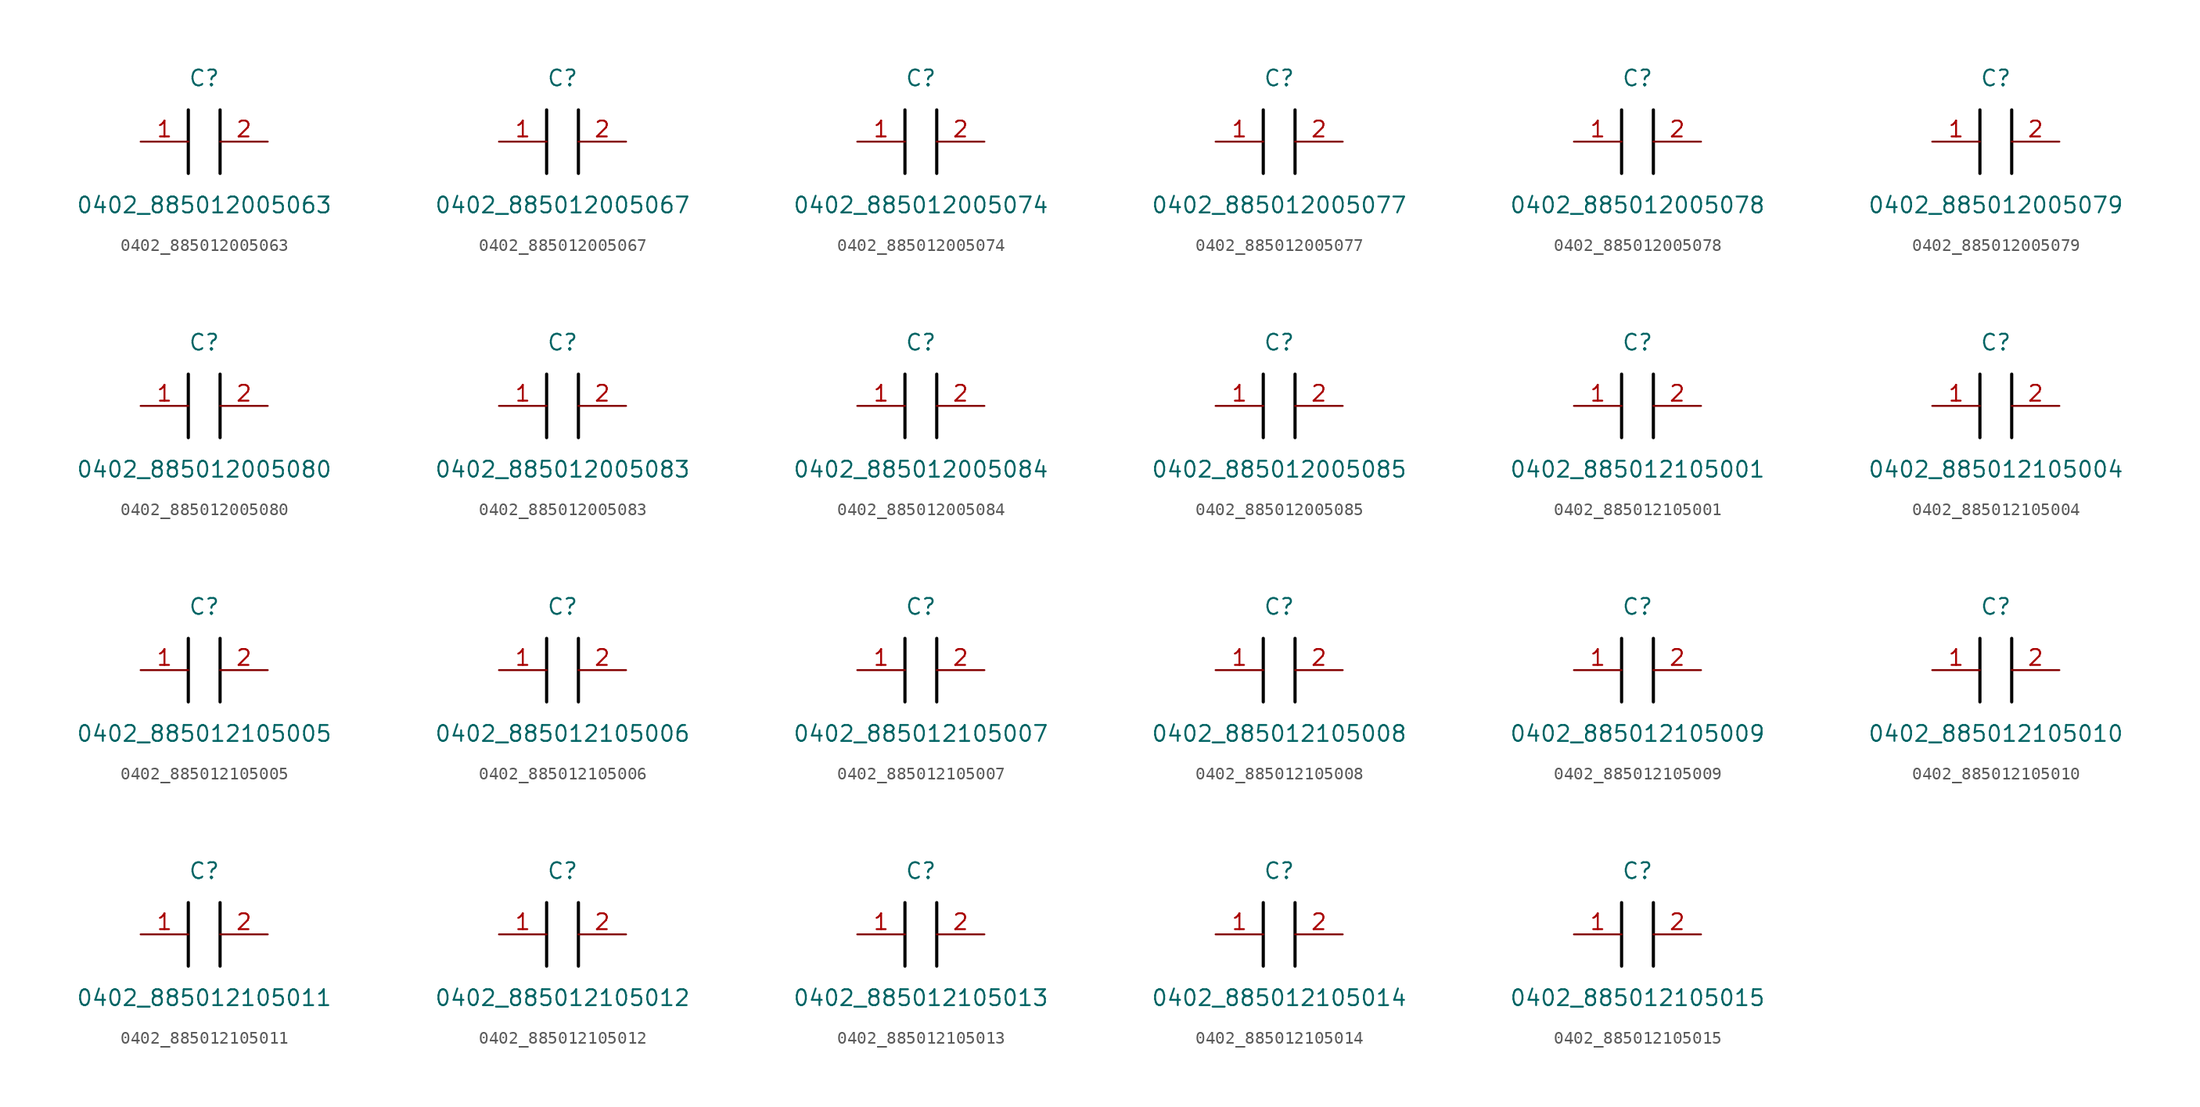
<source format=kicad_sym>
(kicad_symbol_lib
  (version 20220914)
  (generator kicad_symbol_editor)
  (symbol "0402_885012005063"
    (pin_names hide)
    (property "Reference" "C"
      (at 0 5.08 0)
      (effects (font (size 1.27 1.27))))
    (property "Value" "0402_885012005063"
      (at 0 -5.08 0)
      (effects (font (size 1.27 1.27))))
    (symbol "0402_885012005063_1_1"
      (polyline (pts (xy -1.27 2.54) (xy -1.27 -2.54)) (stroke (width 0.254) (type default) (color 0 0 0 1)) (fill (type none)))
      (polyline (pts (xy 1.27 2.54) (xy 1.27 -2.54)) (stroke (width 0.254) (type default) (color 0 0 0 1)) (fill (type none)))
      (pin passive line (at -5.08 0 0) (length 3.81) (name "1" (effects (font (size 1.27 1.27)))) (number "1" (effects (font (size 1.27 1.27)))))
      (pin passive line (at 5.08 0 180) (length 3.81) (name "2" (effects (font (size 1.27 1.27)))) (number "2" (effects (font (size 1.27 1.27)))))))
  (symbol "0402_885012005067"
    (pin_names hide)
    (property "Reference" "C"
      (at 0 5.08 0)
      (effects (font (size 1.27 1.27))))
    (property "Value" "0402_885012005067"
      (at 0 -5.08 0)
      (effects (font (size 1.27 1.27))))
    (symbol "0402_885012005067_1_1"
      (polyline (pts (xy -1.27 2.54) (xy -1.27 -2.54)) (stroke (width 0.254) (type default) (color 0 0 0 1)) (fill (type none)))
      (polyline (pts (xy 1.27 2.54) (xy 1.27 -2.54)) (stroke (width 0.254) (type default) (color 0 0 0 1)) (fill (type none)))
      (pin passive line (at -5.08 0 0) (length 3.81) (name "1" (effects (font (size 1.27 1.27)))) (number "1" (effects (font (size 1.27 1.27)))))
      (pin passive line (at 5.08 0 180) (length 3.81) (name "2" (effects (font (size 1.27 1.27)))) (number "2" (effects (font (size 1.27 1.27)))))))
  (symbol "0402_885012005074"
    (pin_names hide)
    (property "Reference" "C"
      (at 0 5.08 0)
      (effects (font (size 1.27 1.27))))
    (property "Value" "0402_885012005074"
      (at 0 -5.08 0)
      (effects (font (size 1.27 1.27))))
    (symbol "0402_885012005074_1_1"
      (polyline (pts (xy -1.27 2.54) (xy -1.27 -2.54)) (stroke (width 0.254) (type default) (color 0 0 0 1)) (fill (type none)))
      (polyline (pts (xy 1.27 2.54) (xy 1.27 -2.54)) (stroke (width 0.254) (type default) (color 0 0 0 1)) (fill (type none)))
      (pin passive line (at -5.08 0 0) (length 3.81) (name "1" (effects (font (size 1.27 1.27)))) (number "1" (effects (font (size 1.27 1.27)))))
      (pin passive line (at 5.08 0 180) (length 3.81) (name "2" (effects (font (size 1.27 1.27)))) (number "2" (effects (font (size 1.27 1.27)))))))
  (symbol "0402_885012005077"
    (pin_names hide)
    (property "Reference" "C"
      (at 0 5.08 0)
      (effects (font (size 1.27 1.27))))
    (property "Value" "0402_885012005077"
      (at 0 -5.08 0)
      (effects (font (size 1.27 1.27))))
    (symbol "0402_885012005077_1_1"
      (polyline (pts (xy -1.27 2.54) (xy -1.27 -2.54)) (stroke (width 0.254) (type default) (color 0 0 0 1)) (fill (type none)))
      (polyline (pts (xy 1.27 2.54) (xy 1.27 -2.54)) (stroke (width 0.254) (type default) (color 0 0 0 1)) (fill (type none)))
      (pin passive line (at -5.08 0 0) (length 3.81) (name "1" (effects (font (size 1.27 1.27)))) (number "1" (effects (font (size 1.27 1.27)))))
      (pin passive line (at 5.08 0 180) (length 3.81) (name "2" (effects (font (size 1.27 1.27)))) (number "2" (effects (font (size 1.27 1.27)))))))
  (symbol "0402_885012005078"
    (pin_names hide)
    (property "Reference" "C"
      (at 0 5.08 0)
      (effects (font (size 1.27 1.27))))
    (property "Value" "0402_885012005078"
      (at 0 -5.08 0)
      (effects (font (size 1.27 1.27))))
    (symbol "0402_885012005078_1_1"
      (polyline (pts (xy -1.27 2.54) (xy -1.27 -2.54)) (stroke (width 0.254) (type default) (color 0 0 0 1)) (fill (type none)))
      (polyline (pts (xy 1.27 2.54) (xy 1.27 -2.54)) (stroke (width 0.254) (type default) (color 0 0 0 1)) (fill (type none)))
      (pin passive line (at -5.08 0 0) (length 3.81) (name "1" (effects (font (size 1.27 1.27)))) (number "1" (effects (font (size 1.27 1.27)))))
      (pin passive line (at 5.08 0 180) (length 3.81) (name "2" (effects (font (size 1.27 1.27)))) (number "2" (effects (font (size 1.27 1.27)))))))
  (symbol "0402_885012005079"
    (pin_names hide)
    (property "Reference" "C"
      (at 0 5.08 0)
      (effects (font (size 1.27 1.27))))
    (property "Value" "0402_885012005079"
      (at 0 -5.08 0)
      (effects (font (size 1.27 1.27))))
    (symbol "0402_885012005079_1_1"
      (polyline (pts (xy -1.27 2.54) (xy -1.27 -2.54)) (stroke (width 0.254) (type default) (color 0 0 0 1)) (fill (type none)))
      (polyline (pts (xy 1.27 2.54) (xy 1.27 -2.54)) (stroke (width 0.254) (type default) (color 0 0 0 1)) (fill (type none)))
      (pin passive line (at -5.08 0 0) (length 3.81) (name "1" (effects (font (size 1.27 1.27)))) (number "1" (effects (font (size 1.27 1.27)))))
      (pin passive line (at 5.08 0 180) (length 3.81) (name "2" (effects (font (size 1.27 1.27)))) (number "2" (effects (font (size 1.27 1.27)))))))
  (symbol "0402_885012005080"
    (pin_names hide)
    (property "Reference" "C"
      (at 0 5.08 0)
      (effects (font (size 1.27 1.27))))
    (property "Value" "0402_885012005080"
      (at 0 -5.08 0)
      (effects (font (size 1.27 1.27))))
    (symbol "0402_885012005080_1_1"
      (polyline (pts (xy -1.27 2.54) (xy -1.27 -2.54)) (stroke (width 0.254) (type default) (color 0 0 0 1)) (fill (type none)))
      (polyline (pts (xy 1.27 2.54) (xy 1.27 -2.54)) (stroke (width 0.254) (type default) (color 0 0 0 1)) (fill (type none)))
      (pin passive line (at -5.08 0 0) (length 3.81) (name "1" (effects (font (size 1.27 1.27)))) (number "1" (effects (font (size 1.27 1.27)))))
      (pin passive line (at 5.08 0 180) (length 3.81) (name "2" (effects (font (size 1.27 1.27)))) (number "2" (effects (font (size 1.27 1.27)))))))
  (symbol "0402_885012005083"
    (pin_names hide)
    (property "Reference" "C"
      (at 0 5.08 0)
      (effects (font (size 1.27 1.27))))
    (property "Value" "0402_885012005083"
      (at 0 -5.08 0)
      (effects (font (size 1.27 1.27))))
    (symbol "0402_885012005083_1_1"
      (polyline (pts (xy -1.27 2.54) (xy -1.27 -2.54)) (stroke (width 0.254) (type default) (color 0 0 0 1)) (fill (type none)))
      (polyline (pts (xy 1.27 2.54) (xy 1.27 -2.54)) (stroke (width 0.254) (type default) (color 0 0 0 1)) (fill (type none)))
      (pin passive line (at -5.08 0 0) (length 3.81) (name "1" (effects (font (size 1.27 1.27)))) (number "1" (effects (font (size 1.27 1.27)))))
      (pin passive line (at 5.08 0 180) (length 3.81) (name "2" (effects (font (size 1.27 1.27)))) (number "2" (effects (font (size 1.27 1.27)))))))
  (symbol "0402_885012005084"
    (pin_names hide)
    (property "Reference" "C"
      (at 0 5.08 0)
      (effects (font (size 1.27 1.27))))
    (property "Value" "0402_885012005084"
      (at 0 -5.08 0)
      (effects (font (size 1.27 1.27))))
    (symbol "0402_885012005084_1_1"
      (polyline (pts (xy -1.27 2.54) (xy -1.27 -2.54)) (stroke (width 0.254) (type default) (color 0 0 0 1)) (fill (type none)))
      (polyline (pts (xy 1.27 2.54) (xy 1.27 -2.54)) (stroke (width 0.254) (type default) (color 0 0 0 1)) (fill (type none)))
      (pin passive line (at -5.08 0 0) (length 3.81) (name "1" (effects (font (size 1.27 1.27)))) (number "1" (effects (font (size 1.27 1.27)))))
      (pin passive line (at 5.08 0 180) (length 3.81) (name "2" (effects (font (size 1.27 1.27)))) (number "2" (effects (font (size 1.27 1.27)))))))
  (symbol "0402_885012005085"
    (pin_names hide)
    (property "Reference" "C"
      (at 0 5.08 0)
      (effects (font (size 1.27 1.27))))
    (property "Value" "0402_885012005085"
      (at 0 -5.08 0)
      (effects (font (size 1.27 1.27))))
    (symbol "0402_885012005085_1_1"
      (polyline (pts (xy -1.27 2.54) (xy -1.27 -2.54)) (stroke (width 0.254) (type default) (color 0 0 0 1)) (fill (type none)))
      (polyline (pts (xy 1.27 2.54) (xy 1.27 -2.54)) (stroke (width 0.254) (type default) (color 0 0 0 1)) (fill (type none)))
      (pin passive line (at -5.08 0 0) (length 3.81) (name "1" (effects (font (size 1.27 1.27)))) (number "1" (effects (font (size 1.27 1.27)))))
      (pin passive line (at 5.08 0 180) (length 3.81) (name "2" (effects (font (size 1.27 1.27)))) (number "2" (effects (font (size 1.27 1.27)))))))
  (symbol "0402_885012105001"
    (pin_names hide)
    (property "Reference" "C"
      (at 0 5.08 0)
      (effects (font (size 1.27 1.27))))
    (property "Value" "0402_885012105001"
      (at 0 -5.08 0)
      (effects (font (size 1.27 1.27))))
    (symbol "0402_885012105001_1_1"
      (polyline (pts (xy -1.27 2.54) (xy -1.27 -2.54)) (stroke (width 0.254) (type default) (color 0 0 0 1)) (fill (type none)))
      (polyline (pts (xy 1.27 2.54) (xy 1.27 -2.54)) (stroke (width 0.254) (type default) (color 0 0 0 1)) (fill (type none)))
      (pin passive line (at -5.08 0 0) (length 3.81) (name "1" (effects (font (size 1.27 1.27)))) (number "1" (effects (font (size 1.27 1.27)))))
      (pin passive line (at 5.08 0 180) (length 3.81) (name "2" (effects (font (size 1.27 1.27)))) (number "2" (effects (font (size 1.27 1.27)))))))
  (symbol "0402_885012105004"
    (pin_names hide)
    (property "Reference" "C"
      (at 0 5.08 0)
      (effects (font (size 1.27 1.27))))
    (property "Value" "0402_885012105004"
      (at 0 -5.08 0)
      (effects (font (size 1.27 1.27))))
    (symbol "0402_885012105004_1_1"
      (polyline (pts (xy -1.27 2.54) (xy -1.27 -2.54)) (stroke (width 0.254) (type default) (color 0 0 0 1)) (fill (type none)))
      (polyline (pts (xy 1.27 2.54) (xy 1.27 -2.54)) (stroke (width 0.254) (type default) (color 0 0 0 1)) (fill (type none)))
      (pin passive line (at -5.08 0 0) (length 3.81) (name "1" (effects (font (size 1.27 1.27)))) (number "1" (effects (font (size 1.27 1.27)))))
      (pin passive line (at 5.08 0 180) (length 3.81) (name "2" (effects (font (size 1.27 1.27)))) (number "2" (effects (font (size 1.27 1.27)))))))
  (symbol "0402_885012105005"
    (pin_names hide)
    (property "Reference" "C"
      (at 0 5.08 0)
      (effects (font (size 1.27 1.27))))
    (property "Value" "0402_885012105005"
      (at 0 -5.08 0)
      (effects (font (size 1.27 1.27))))
    (symbol "0402_885012105005_1_1"
      (polyline (pts (xy -1.27 2.54) (xy -1.27 -2.54)) (stroke (width 0.254) (type default) (color 0 0 0 1)) (fill (type none)))
      (polyline (pts (xy 1.27 2.54) (xy 1.27 -2.54)) (stroke (width 0.254) (type default) (color 0 0 0 1)) (fill (type none)))
      (pin passive line (at -5.08 0 0) (length 3.81) (name "1" (effects (font (size 1.27 1.27)))) (number "1" (effects (font (size 1.27 1.27)))))
      (pin passive line (at 5.08 0 180) (length 3.81) (name "2" (effects (font (size 1.27 1.27)))) (number "2" (effects (font (size 1.27 1.27)))))))
  (symbol "0402_885012105006"
    (pin_names hide)
    (property "Reference" "C"
      (at 0 5.08 0)
      (effects (font (size 1.27 1.27))))
    (property "Value" "0402_885012105006"
      (at 0 -5.08 0)
      (effects (font (size 1.27 1.27))))
    (symbol "0402_885012105006_1_1"
      (polyline (pts (xy -1.27 2.54) (xy -1.27 -2.54)) (stroke (width 0.254) (type default) (color 0 0 0 1)) (fill (type none)))
      (polyline (pts (xy 1.27 2.54) (xy 1.27 -2.54)) (stroke (width 0.254) (type default) (color 0 0 0 1)) (fill (type none)))
      (pin passive line (at -5.08 0 0) (length 3.81) (name "1" (effects (font (size 1.27 1.27)))) (number "1" (effects (font (size 1.27 1.27)))))
      (pin passive line (at 5.08 0 180) (length 3.81) (name "2" (effects (font (size 1.27 1.27)))) (number "2" (effects (font (size 1.27 1.27)))))))
  (symbol "0402_885012105007"
    (pin_names hide)
    (property "Reference" "C"
      (at 0 5.08 0)
      (effects (font (size 1.27 1.27))))
    (property "Value" "0402_885012105007"
      (at 0 -5.08 0)
      (effects (font (size 1.27 1.27))))
    (symbol "0402_885012105007_1_1"
      (polyline (pts (xy -1.27 2.54) (xy -1.27 -2.54)) (stroke (width 0.254) (type default) (color 0 0 0 1)) (fill (type none)))
      (polyline (pts (xy 1.27 2.54) (xy 1.27 -2.54)) (stroke (width 0.254) (type default) (color 0 0 0 1)) (fill (type none)))
      (pin passive line (at -5.08 0 0) (length 3.81) (name "1" (effects (font (size 1.27 1.27)))) (number "1" (effects (font (size 1.27 1.27)))))
      (pin passive line (at 5.08 0 180) (length 3.81) (name "2" (effects (font (size 1.27 1.27)))) (number "2" (effects (font (size 1.27 1.27)))))))
  (symbol "0402_885012105008"
    (pin_names hide)
    (property "Reference" "C"
      (at 0 5.08 0)
      (effects (font (size 1.27 1.27))))
    (property "Value" "0402_885012105008"
      (at 0 -5.08 0)
      (effects (font (size 1.27 1.27))))
    (symbol "0402_885012105008_1_1"
      (polyline (pts (xy -1.27 2.54) (xy -1.27 -2.54)) (stroke (width 0.254) (type default) (color 0 0 0 1)) (fill (type none)))
      (polyline (pts (xy 1.27 2.54) (xy 1.27 -2.54)) (stroke (width 0.254) (type default) (color 0 0 0 1)) (fill (type none)))
      (pin passive line (at -5.08 0 0) (length 3.81) (name "1" (effects (font (size 1.27 1.27)))) (number "1" (effects (font (size 1.27 1.27)))))
      (pin passive line (at 5.08 0 180) (length 3.81) (name "2" (effects (font (size 1.27 1.27)))) (number "2" (effects (font (size 1.27 1.27)))))))
  (symbol "0402_885012105009"
    (pin_names hide)
    (property "Reference" "C"
      (at 0 5.08 0)
      (effects (font (size 1.27 1.27))))
    (property "Value" "0402_885012105009"
      (at 0 -5.08 0)
      (effects (font (size 1.27 1.27))))
    (symbol "0402_885012105009_1_1"
      (polyline (pts (xy -1.27 2.54) (xy -1.27 -2.54)) (stroke (width 0.254) (type default) (color 0 0 0 1)) (fill (type none)))
      (polyline (pts (xy 1.27 2.54) (xy 1.27 -2.54)) (stroke (width 0.254) (type default) (color 0 0 0 1)) (fill (type none)))
      (pin passive line (at -5.08 0 0) (length 3.81) (name "1" (effects (font (size 1.27 1.27)))) (number "1" (effects (font (size 1.27 1.27)))))
      (pin passive line (at 5.08 0 180) (length 3.81) (name "2" (effects (font (size 1.27 1.27)))) (number "2" (effects (font (size 1.27 1.27)))))))
  (symbol "0402_885012105010"
    (pin_names hide)
    (property "Reference" "C"
      (at 0 5.08 0)
      (effects (font (size 1.27 1.27))))
    (property "Value" "0402_885012105010"
      (at 0 -5.08 0)
      (effects (font (size 1.27 1.27))))
    (symbol "0402_885012105010_1_1"
      (polyline (pts (xy -1.27 2.54) (xy -1.27 -2.54)) (stroke (width 0.254) (type default) (color 0 0 0 1)) (fill (type none)))
      (polyline (pts (xy 1.27 2.54) (xy 1.27 -2.54)) (stroke (width 0.254) (type default) (color 0 0 0 1)) (fill (type none)))
      (pin passive line (at -5.08 0 0) (length 3.81) (name "1" (effects (font (size 1.27 1.27)))) (number "1" (effects (font (size 1.27 1.27)))))
      (pin passive line (at 5.08 0 180) (length 3.81) (name "2" (effects (font (size 1.27 1.27)))) (number "2" (effects (font (size 1.27 1.27)))))))
  (symbol "0402_885012105011"
    (pin_names hide)
    (property "Reference" "C"
      (at 0 5.08 0)
      (effects (font (size 1.27 1.27))))
    (property "Value" "0402_885012105011"
      (at 0 -5.08 0)
      (effects (font (size 1.27 1.27))))
    (symbol "0402_885012105011_1_1"
      (polyline (pts (xy -1.27 2.54) (xy -1.27 -2.54)) (stroke (width 0.254) (type default) (color 0 0 0 1)) (fill (type none)))
      (polyline (pts (xy 1.27 2.54) (xy 1.27 -2.54)) (stroke (width 0.254) (type default) (color 0 0 0 1)) (fill (type none)))
      (pin passive line (at -5.08 0 0) (length 3.81) (name "1" (effects (font (size 1.27 1.27)))) (number "1" (effects (font (size 1.27 1.27)))))
      (pin passive line (at 5.08 0 180) (length 3.81) (name "2" (effects (font (size 1.27 1.27)))) (number "2" (effects (font (size 1.27 1.27)))))))
  (symbol "0402_885012105012"
    (pin_names hide)
    (property "Reference" "C"
      (at 0 5.08 0)
      (effects (font (size 1.27 1.27))))
    (property "Value" "0402_885012105012"
      (at 0 -5.08 0)
      (effects (font (size 1.27 1.27))))
    (symbol "0402_885012105012_1_1"
      (polyline (pts (xy -1.27 2.54) (xy -1.27 -2.54)) (stroke (width 0.254) (type default) (color 0 0 0 1)) (fill (type none)))
      (polyline (pts (xy 1.27 2.54) (xy 1.27 -2.54)) (stroke (width 0.254) (type default) (color 0 0 0 1)) (fill (type none)))
      (pin passive line (at -5.08 0 0) (length 3.81) (name "1" (effects (font (size 1.27 1.27)))) (number "1" (effects (font (size 1.27 1.27)))))
      (pin passive line (at 5.08 0 180) (length 3.81) (name "2" (effects (font (size 1.27 1.27)))) (number "2" (effects (font (size 1.27 1.27)))))))
  (symbol "0402_885012105013"
    (pin_names hide)
    (property "Reference" "C"
      (at 0 5.08 0)
      (effects (font (size 1.27 1.27))))
    (property "Value" "0402_885012105013"
      (at 0 -5.08 0)
      (effects (font (size 1.27 1.27))))
    (symbol "0402_885012105013_1_1"
      (polyline (pts (xy -1.27 2.54) (xy -1.27 -2.54)) (stroke (width 0.254) (type default) (color 0 0 0 1)) (fill (type none)))
      (polyline (pts (xy 1.27 2.54) (xy 1.27 -2.54)) (stroke (width 0.254) (type default) (color 0 0 0 1)) (fill (type none)))
      (pin passive line (at -5.08 0 0) (length 3.81) (name "1" (effects (font (size 1.27 1.27)))) (number "1" (effects (font (size 1.27 1.27)))))
      (pin passive line (at 5.08 0 180) (length 3.81) (name "2" (effects (font (size 1.27 1.27)))) (number "2" (effects (font (size 1.27 1.27)))))))
  (symbol "0402_885012105014"
    (pin_names hide)
    (property "Reference" "C"
      (at 0 5.08 0)
      (effects (font (size 1.27 1.27))))
    (property "Value" "0402_885012105014"
      (at 0 -5.08 0)
      (effects (font (size 1.27 1.27))))
    (symbol "0402_885012105014_1_1"
      (polyline (pts (xy -1.27 2.54) (xy -1.27 -2.54)) (stroke (width 0.254) (type default) (color 0 0 0 1)) (fill (type none)))
      (polyline (pts (xy 1.27 2.54) (xy 1.27 -2.54)) (stroke (width 0.254) (type default) (color 0 0 0 1)) (fill (type none)))
      (pin passive line (at -5.08 0 0) (length 3.81) (name "1" (effects (font (size 1.27 1.27)))) (number "1" (effects (font (size 1.27 1.27)))))
      (pin passive line (at 5.08 0 180) (length 3.81) (name "2" (effects (font (size 1.27 1.27)))) (number "2" (effects (font (size 1.27 1.27)))))))
  (symbol "0402_885012105015"
    (pin_names hide)
    (property "Reference" "C"
      (at 0 5.08 0)
      (effects (font (size 1.27 1.27))))
    (property "Value" "0402_885012105015"
      (at 0 -5.08 0)
      (effects (font (size 1.27 1.27))))
    (symbol "0402_885012105015_1_1"
      (polyline (pts (xy -1.27 2.54) (xy -1.27 -2.54)) (stroke (width 0.254) (type default) (color 0 0 0 1)) (fill (type none)))
      (polyline (pts (xy 1.27 2.54) (xy 1.27 -2.54)) (stroke (width 0.254) (type default) (color 0 0 0 1)) (fill (type none)))
      (pin passive line (at -5.08 0 0) (length 3.81) (name "1" (effects (font (size 1.27 1.27)))) (number "1" (effects (font (size 1.27 1.27)))))
      (pin passive line (at 5.08 0 180) (length 3.81) (name "2" (effects (font (size 1.27 1.27)))) (number "2" (effects (font (size 1.27 1.27))))))))
</source>
